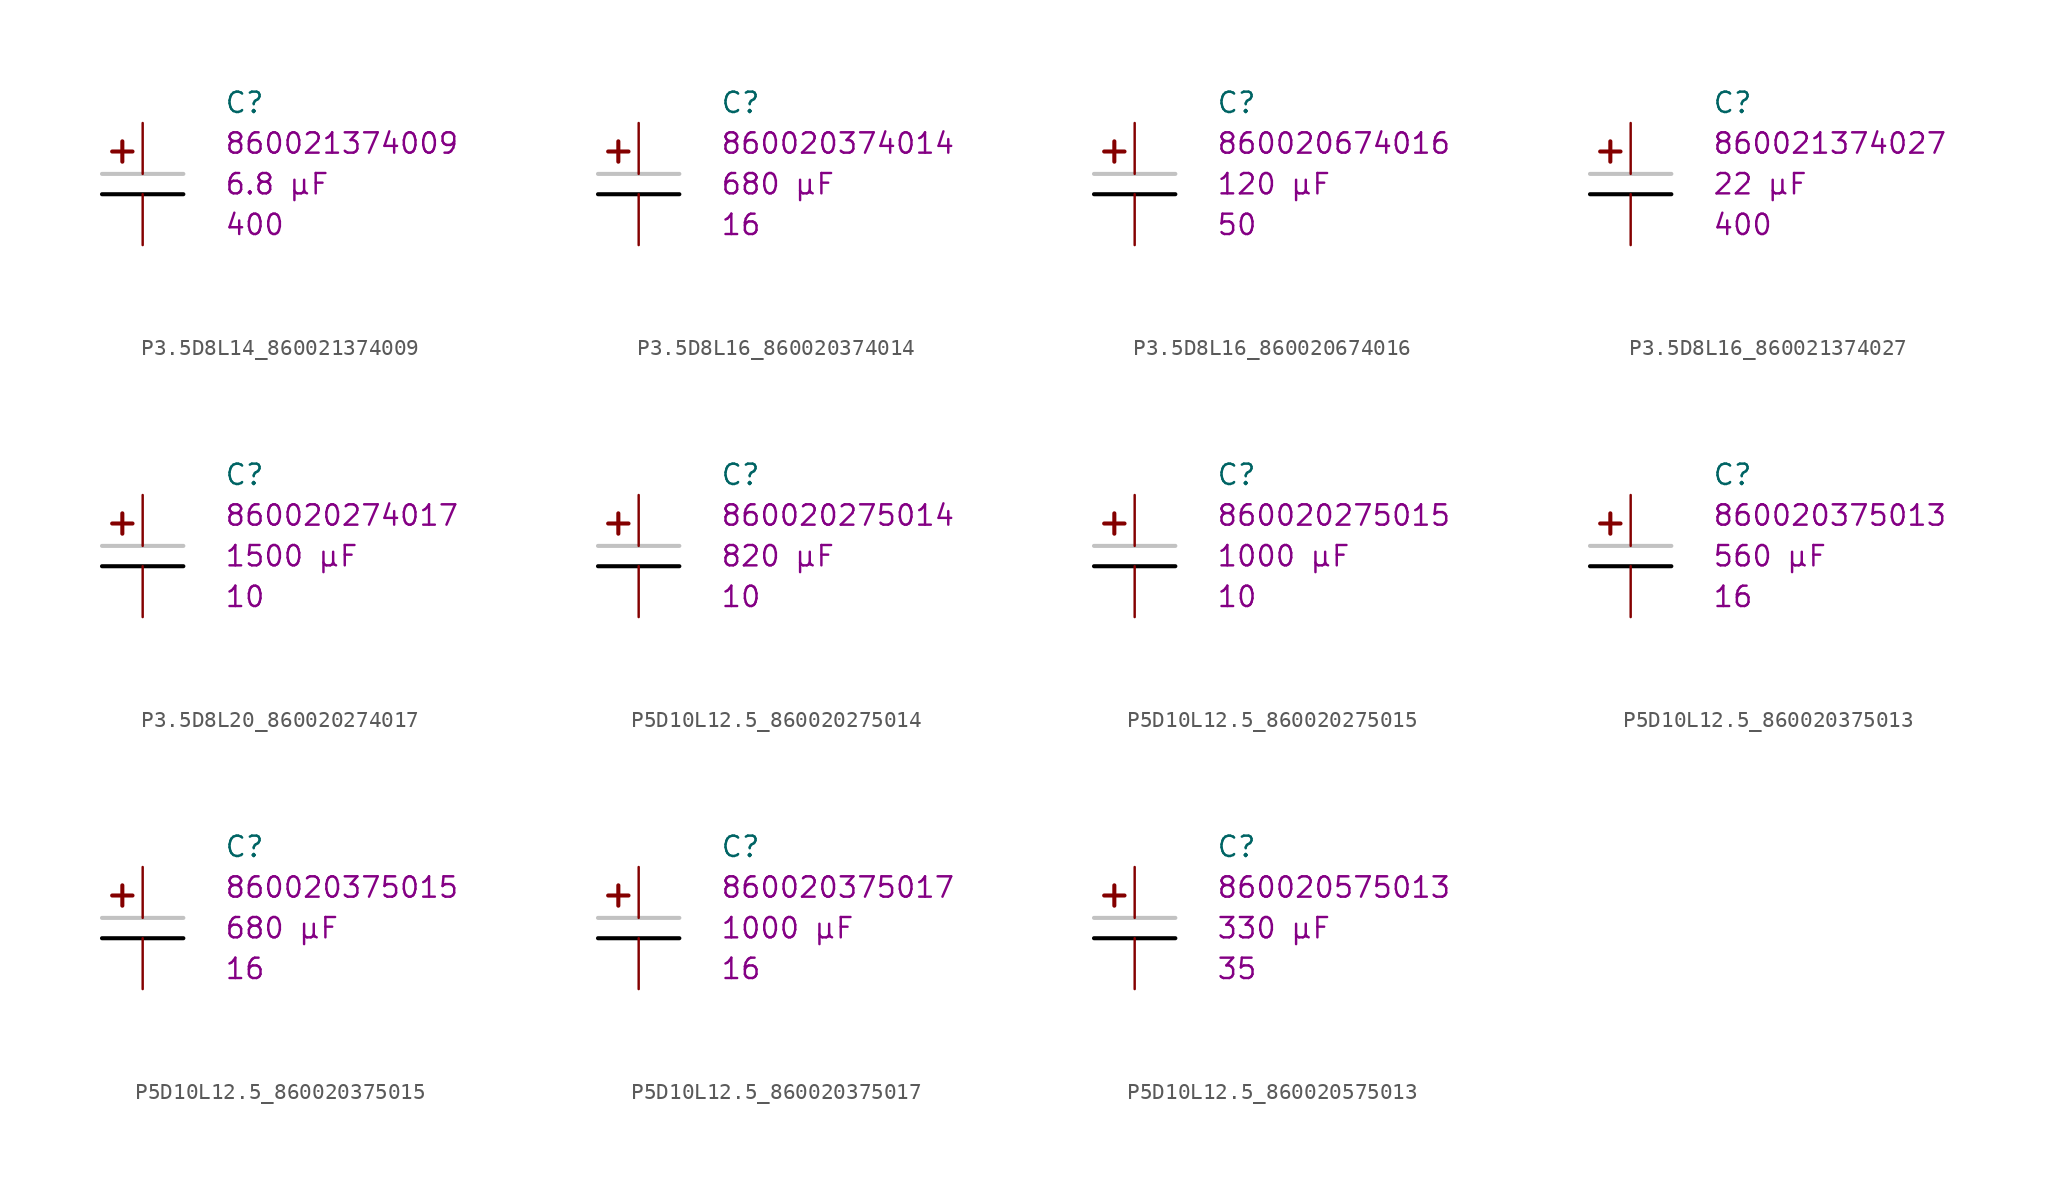
<source format=kicad_sym>
(kicad_symbol_lib
  (version 20220914)
  (generator kicad_symbol_editor)
  (symbol "P3.5D8L14_860021374009"
    (pin_numbers hide)
    (pin_names hide)
    (property "Reference" "C"
      (at 5.08 5.08 0)
      (effects (font (size 1.27 1.27)) (justify left)))
    (property "Part Number" "860021374009"
      (at 5.08 2.54 0)
      (effects (font (size 1.27 1.27)) (justify left)))
    (property "Capacitance" "6.8 µF"
      (at 5.08 0 0)
      (effects (font (size 1.27 1.27)) (justify left)))
    (property "Voltage" "400"
      (at 5.08 -2.54 0)
      (effects (font (size 1.27 1.27)) (justify left)))
    (property "Critical Parameter" ""
      (at 0 -7.62 0)
      (effects (font (size 1.27 1.27))))
    (symbol "P3.5D8L14_860021374009_1_1"
      (polyline (pts (xy -1.27 2.667) (xy -1.27 1.397)) (stroke (width 0.254) (type default)) (fill (type none)))
      (polyline (pts (xy -0.635 2.032) (xy -1.905 2.032)) (stroke (width 0.254) (type default)) (fill (type none)))
      (polyline (pts (xy 2.54 -0.635) (xy -2.54 -0.635)) (stroke (width 0.254) (type default) (color 0 0 0 1)) (fill (type none)))
      (polyline (pts (xy 2.54 0.635) (xy -2.54 0.635)) (stroke (width 0.254) (type default) (color 194 194 194 1)) (fill (type none)))
      (pin passive line (at 0 3.81 270) (length 3.175) (name "1" (effects (font (size 1.27 1.27)))) (number "1" (effects (font (size 1.27 1.27)))))
      (pin passive line (at 0 -3.81 90) (length 3.175) (name "2" (effects (font (size 1.27 1.27)))) (number "2" (effects (font (size 1.27 1.27)))))))
  (symbol "P3.5D8L16_860020374014"
    (pin_numbers hide)
    (pin_names hide)
    (property "Reference" "C"
      (at 5.08 5.08 0)
      (effects (font (size 1.27 1.27)) (justify left)))
    (property "Part Number" "860020374014"
      (at 5.08 2.54 0)
      (effects (font (size 1.27 1.27)) (justify left)))
    (property "Capacitance" "680 µF"
      (at 5.08 0 0)
      (effects (font (size 1.27 1.27)) (justify left)))
    (property "Voltage" "16"
      (at 5.08 -2.54 0)
      (effects (font (size 1.27 1.27)) (justify left)))
    (property "Critical Parameter" ""
      (at 0 -7.62 0)
      (effects (font (size 1.27 1.27))))
    (symbol "P3.5D8L16_860020374014_1_1"
      (polyline (pts (xy -1.27 2.667) (xy -1.27 1.397)) (stroke (width 0.254) (type default)) (fill (type none)))
      (polyline (pts (xy -0.635 2.032) (xy -1.905 2.032)) (stroke (width 0.254) (type default)) (fill (type none)))
      (polyline (pts (xy 2.54 -0.635) (xy -2.54 -0.635)) (stroke (width 0.254) (type default) (color 0 0 0 1)) (fill (type none)))
      (polyline (pts (xy 2.54 0.635) (xy -2.54 0.635)) (stroke (width 0.254) (type default) (color 194 194 194 1)) (fill (type none)))
      (pin passive line (at 0 3.81 270) (length 3.175) (name "1" (effects (font (size 1.27 1.27)))) (number "1" (effects (font (size 1.27 1.27)))))
      (pin passive line (at 0 -3.81 90) (length 3.175) (name "2" (effects (font (size 1.27 1.27)))) (number "2" (effects (font (size 1.27 1.27)))))))
  (symbol "P3.5D8L16_860020674016"
    (pin_numbers hide)
    (pin_names hide)
    (property "Reference" "C"
      (at 5.08 5.08 0)
      (effects (font (size 1.27 1.27)) (justify left)))
    (property "Part Number" "860020674016"
      (at 5.08 2.54 0)
      (effects (font (size 1.27 1.27)) (justify left)))
    (property "Capacitance" "120 µF"
      (at 5.08 0 0)
      (effects (font (size 1.27 1.27)) (justify left)))
    (property "Voltage" "50"
      (at 5.08 -2.54 0)
      (effects (font (size 1.27 1.27)) (justify left)))
    (property "Critical Parameter" ""
      (at 0 -7.62 0)
      (effects (font (size 1.27 1.27))))
    (symbol "P3.5D8L16_860020674016_1_1"
      (polyline (pts (xy -1.27 2.667) (xy -1.27 1.397)) (stroke (width 0.254) (type default)) (fill (type none)))
      (polyline (pts (xy -0.635 2.032) (xy -1.905 2.032)) (stroke (width 0.254) (type default)) (fill (type none)))
      (polyline (pts (xy 2.54 -0.635) (xy -2.54 -0.635)) (stroke (width 0.254) (type default) (color 0 0 0 1)) (fill (type none)))
      (polyline (pts (xy 2.54 0.635) (xy -2.54 0.635)) (stroke (width 0.254) (type default) (color 194 194 194 1)) (fill (type none)))
      (pin passive line (at 0 3.81 270) (length 3.175) (name "1" (effects (font (size 1.27 1.27)))) (number "1" (effects (font (size 1.27 1.27)))))
      (pin passive line (at 0 -3.81 90) (length 3.175) (name "2" (effects (font (size 1.27 1.27)))) (number "2" (effects (font (size 1.27 1.27)))))))
  (symbol "P3.5D8L16_860021374027"
    (pin_numbers hide)
    (pin_names hide)
    (property "Reference" "C"
      (at 5.08 5.08 0)
      (effects (font (size 1.27 1.27)) (justify left)))
    (property "Part Number" "860021374027"
      (at 5.08 2.54 0)
      (effects (font (size 1.27 1.27)) (justify left)))
    (property "Capacitance" "22 µF"
      (at 5.08 0 0)
      (effects (font (size 1.27 1.27)) (justify left)))
    (property "Voltage" "400"
      (at 5.08 -2.54 0)
      (effects (font (size 1.27 1.27)) (justify left)))
    (property "Critical Parameter" ""
      (at 0 -7.62 0)
      (effects (font (size 1.27 1.27))))
    (symbol "P3.5D8L16_860021374027_1_1"
      (polyline (pts (xy -1.27 2.667) (xy -1.27 1.397)) (stroke (width 0.254) (type default)) (fill (type none)))
      (polyline (pts (xy -0.635 2.032) (xy -1.905 2.032)) (stroke (width 0.254) (type default)) (fill (type none)))
      (polyline (pts (xy 2.54 -0.635) (xy -2.54 -0.635)) (stroke (width 0.254) (type default) (color 0 0 0 1)) (fill (type none)))
      (polyline (pts (xy 2.54 0.635) (xy -2.54 0.635)) (stroke (width 0.254) (type default) (color 194 194 194 1)) (fill (type none)))
      (pin passive line (at 0 3.81 270) (length 3.175) (name "1" (effects (font (size 1.27 1.27)))) (number "1" (effects (font (size 1.27 1.27)))))
      (pin passive line (at 0 -3.81 90) (length 3.175) (name "2" (effects (font (size 1.27 1.27)))) (number "2" (effects (font (size 1.27 1.27)))))))
  (symbol "P3.5D8L20_860020274017"
    (pin_numbers hide)
    (pin_names hide)
    (property "Reference" "C"
      (at 5.08 5.08 0)
      (effects (font (size 1.27 1.27)) (justify left)))
    (property "Part Number" "860020274017"
      (at 5.08 2.54 0)
      (effects (font (size 1.27 1.27)) (justify left)))
    (property "Capacitance" "1500 µF"
      (at 5.08 0 0)
      (effects (font (size 1.27 1.27)) (justify left)))
    (property "Voltage" "10"
      (at 5.08 -2.54 0)
      (effects (font (size 1.27 1.27)) (justify left)))
    (property "Critical Parameter" ""
      (at 0 -7.62 0)
      (effects (font (size 1.27 1.27))))
    (symbol "P3.5D8L20_860020274017_1_1"
      (polyline (pts (xy -1.27 2.667) (xy -1.27 1.397)) (stroke (width 0.254) (type default)) (fill (type none)))
      (polyline (pts (xy -0.635 2.032) (xy -1.905 2.032)) (stroke (width 0.254) (type default)) (fill (type none)))
      (polyline (pts (xy 2.54 -0.635) (xy -2.54 -0.635)) (stroke (width 0.254) (type default) (color 0 0 0 1)) (fill (type none)))
      (polyline (pts (xy 2.54 0.635) (xy -2.54 0.635)) (stroke (width 0.254) (type default) (color 194 194 194 1)) (fill (type none)))
      (pin passive line (at 0 3.81 270) (length 3.175) (name "1" (effects (font (size 1.27 1.27)))) (number "1" (effects (font (size 1.27 1.27)))))
      (pin passive line (at 0 -3.81 90) (length 3.175) (name "2" (effects (font (size 1.27 1.27)))) (number "2" (effects (font (size 1.27 1.27)))))))
  (symbol "P5D10L12.5_860020275014"
    (pin_numbers hide)
    (pin_names hide)
    (property "Reference" "C"
      (at 5.08 5.08 0)
      (effects (font (size 1.27 1.27)) (justify left)))
    (property "Part Number" "860020275014"
      (at 5.08 2.54 0)
      (effects (font (size 1.27 1.27)) (justify left)))
    (property "Capacitance" "820 µF"
      (at 5.08 0 0)
      (effects (font (size 1.27 1.27)) (justify left)))
    (property "Voltage" "10"
      (at 5.08 -2.54 0)
      (effects (font (size 1.27 1.27)) (justify left)))
    (property "Critical Parameter" ""
      (at 0 -7.62 0)
      (effects (font (size 1.27 1.27))))
    (symbol "P5D10L12.5_860020275014_1_1"
      (polyline (pts (xy -1.27 2.667) (xy -1.27 1.397)) (stroke (width 0.254) (type default)) (fill (type none)))
      (polyline (pts (xy -0.635 2.032) (xy -1.905 2.032)) (stroke (width 0.254) (type default)) (fill (type none)))
      (polyline (pts (xy 2.54 -0.635) (xy -2.54 -0.635)) (stroke (width 0.254) (type default) (color 0 0 0 1)) (fill (type none)))
      (polyline (pts (xy 2.54 0.635) (xy -2.54 0.635)) (stroke (width 0.254) (type default) (color 194 194 194 1)) (fill (type none)))
      (pin passive line (at 0 3.81 270) (length 3.175) (name "1" (effects (font (size 1.27 1.27)))) (number "1" (effects (font (size 1.27 1.27)))))
      (pin passive line (at 0 -3.81 90) (length 3.175) (name "2" (effects (font (size 1.27 1.27)))) (number "2" (effects (font (size 1.27 1.27)))))))
  (symbol "P5D10L12.5_860020275015"
    (pin_numbers hide)
    (pin_names hide)
    (property "Reference" "C"
      (at 5.08 5.08 0)
      (effects (font (size 1.27 1.27)) (justify left)))
    (property "Part Number" "860020275015"
      (at 5.08 2.54 0)
      (effects (font (size 1.27 1.27)) (justify left)))
    (property "Capacitance" "1000 µF"
      (at 5.08 0 0)
      (effects (font (size 1.27 1.27)) (justify left)))
    (property "Voltage" "10"
      (at 5.08 -2.54 0)
      (effects (font (size 1.27 1.27)) (justify left)))
    (property "Critical Parameter" ""
      (at 0 -7.62 0)
      (effects (font (size 1.27 1.27))))
    (symbol "P5D10L12.5_860020275015_1_1"
      (polyline (pts (xy -1.27 2.667) (xy -1.27 1.397)) (stroke (width 0.254) (type default)) (fill (type none)))
      (polyline (pts (xy -0.635 2.032) (xy -1.905 2.032)) (stroke (width 0.254) (type default)) (fill (type none)))
      (polyline (pts (xy 2.54 -0.635) (xy -2.54 -0.635)) (stroke (width 0.254) (type default) (color 0 0 0 1)) (fill (type none)))
      (polyline (pts (xy 2.54 0.635) (xy -2.54 0.635)) (stroke (width 0.254) (type default) (color 194 194 194 1)) (fill (type none)))
      (pin passive line (at 0 3.81 270) (length 3.175) (name "1" (effects (font (size 1.27 1.27)))) (number "1" (effects (font (size 1.27 1.27)))))
      (pin passive line (at 0 -3.81 90) (length 3.175) (name "2" (effects (font (size 1.27 1.27)))) (number "2" (effects (font (size 1.27 1.27)))))))
  (symbol "P5D10L12.5_860020375013"
    (pin_numbers hide)
    (pin_names hide)
    (property "Reference" "C"
      (at 5.08 5.08 0)
      (effects (font (size 1.27 1.27)) (justify left)))
    (property "Part Number" "860020375013"
      (at 5.08 2.54 0)
      (effects (font (size 1.27 1.27)) (justify left)))
    (property "Capacitance" "560 µF"
      (at 5.08 0 0)
      (effects (font (size 1.27 1.27)) (justify left)))
    (property "Voltage" "16"
      (at 5.08 -2.54 0)
      (effects (font (size 1.27 1.27)) (justify left)))
    (property "Critical Parameter" ""
      (at 0 -7.62 0)
      (effects (font (size 1.27 1.27))))
    (symbol "P5D10L12.5_860020375013_1_1"
      (polyline (pts (xy -1.27 2.667) (xy -1.27 1.397)) (stroke (width 0.254) (type default)) (fill (type none)))
      (polyline (pts (xy -0.635 2.032) (xy -1.905 2.032)) (stroke (width 0.254) (type default)) (fill (type none)))
      (polyline (pts (xy 2.54 -0.635) (xy -2.54 -0.635)) (stroke (width 0.254) (type default) (color 0 0 0 1)) (fill (type none)))
      (polyline (pts (xy 2.54 0.635) (xy -2.54 0.635)) (stroke (width 0.254) (type default) (color 194 194 194 1)) (fill (type none)))
      (pin passive line (at 0 3.81 270) (length 3.175) (name "1" (effects (font (size 1.27 1.27)))) (number "1" (effects (font (size 1.27 1.27)))))
      (pin passive line (at 0 -3.81 90) (length 3.175) (name "2" (effects (font (size 1.27 1.27)))) (number "2" (effects (font (size 1.27 1.27)))))))
  (symbol "P5D10L12.5_860020375015"
    (pin_numbers hide)
    (pin_names hide)
    (property "Reference" "C"
      (at 5.08 5.08 0)
      (effects (font (size 1.27 1.27)) (justify left)))
    (property "Part Number" "860020375015"
      (at 5.08 2.54 0)
      (effects (font (size 1.27 1.27)) (justify left)))
    (property "Capacitance" "680 µF"
      (at 5.08 0 0)
      (effects (font (size 1.27 1.27)) (justify left)))
    (property "Voltage" "16"
      (at 5.08 -2.54 0)
      (effects (font (size 1.27 1.27)) (justify left)))
    (property "Critical Parameter" ""
      (at 0 -7.62 0)
      (effects (font (size 1.27 1.27))))
    (symbol "P5D10L12.5_860020375015_1_1"
      (polyline (pts (xy -1.27 2.667) (xy -1.27 1.397)) (stroke (width 0.254) (type default)) (fill (type none)))
      (polyline (pts (xy -0.635 2.032) (xy -1.905 2.032)) (stroke (width 0.254) (type default)) (fill (type none)))
      (polyline (pts (xy 2.54 -0.635) (xy -2.54 -0.635)) (stroke (width 0.254) (type default) (color 0 0 0 1)) (fill (type none)))
      (polyline (pts (xy 2.54 0.635) (xy -2.54 0.635)) (stroke (width 0.254) (type default) (color 194 194 194 1)) (fill (type none)))
      (pin passive line (at 0 3.81 270) (length 3.175) (name "1" (effects (font (size 1.27 1.27)))) (number "1" (effects (font (size 1.27 1.27)))))
      (pin passive line (at 0 -3.81 90) (length 3.175) (name "2" (effects (font (size 1.27 1.27)))) (number "2" (effects (font (size 1.27 1.27)))))))
  (symbol "P5D10L12.5_860020375017"
    (pin_numbers hide)
    (pin_names hide)
    (property "Reference" "C"
      (at 5.08 5.08 0)
      (effects (font (size 1.27 1.27)) (justify left)))
    (property "Part Number" "860020375017"
      (at 5.08 2.54 0)
      (effects (font (size 1.27 1.27)) (justify left)))
    (property "Capacitance" "1000 µF"
      (at 5.08 0 0)
      (effects (font (size 1.27 1.27)) (justify left)))
    (property "Voltage" "16"
      (at 5.08 -2.54 0)
      (effects (font (size 1.27 1.27)) (justify left)))
    (property "Critical Parameter" ""
      (at 0 -7.62 0)
      (effects (font (size 1.27 1.27))))
    (symbol "P5D10L12.5_860020375017_1_1"
      (polyline (pts (xy -1.27 2.667) (xy -1.27 1.397)) (stroke (width 0.254) (type default)) (fill (type none)))
      (polyline (pts (xy -0.635 2.032) (xy -1.905 2.032)) (stroke (width 0.254) (type default)) (fill (type none)))
      (polyline (pts (xy 2.54 -0.635) (xy -2.54 -0.635)) (stroke (width 0.254) (type default) (color 0 0 0 1)) (fill (type none)))
      (polyline (pts (xy 2.54 0.635) (xy -2.54 0.635)) (stroke (width 0.254) (type default) (color 194 194 194 1)) (fill (type none)))
      (pin passive line (at 0 3.81 270) (length 3.175) (name "1" (effects (font (size 1.27 1.27)))) (number "1" (effects (font (size 1.27 1.27)))))
      (pin passive line (at 0 -3.81 90) (length 3.175) (name "2" (effects (font (size 1.27 1.27)))) (number "2" (effects (font (size 1.27 1.27)))))))
  (symbol "P5D10L12.5_860020575013"
    (pin_numbers hide)
    (pin_names hide)
    (property "Reference" "C"
      (at 5.08 5.08 0)
      (effects (font (size 1.27 1.27)) (justify left)))
    (property "Part Number" "860020575013"
      (at 5.08 2.54 0)
      (effects (font (size 1.27 1.27)) (justify left)))
    (property "Capacitance" "330 µF"
      (at 5.08 0 0)
      (effects (font (size 1.27 1.27)) (justify left)))
    (property "Voltage" "35"
      (at 5.08 -2.54 0)
      (effects (font (size 1.27 1.27)) (justify left)))
    (property "Critical Parameter" ""
      (at 0 -7.62 0)
      (effects (font (size 1.27 1.27))))
    (symbol "P5D10L12.5_860020575013_1_1"
      (polyline (pts (xy -1.27 2.667) (xy -1.27 1.397)) (stroke (width 0.254) (type default)) (fill (type none)))
      (polyline (pts (xy -0.635 2.032) (xy -1.905 2.032)) (stroke (width 0.254) (type default)) (fill (type none)))
      (polyline (pts (xy 2.54 -0.635) (xy -2.54 -0.635)) (stroke (width 0.254) (type default) (color 0 0 0 1)) (fill (type none)))
      (polyline (pts (xy 2.54 0.635) (xy -2.54 0.635)) (stroke (width 0.254) (type default) (color 194 194 194 1)) (fill (type none)))
      (pin passive line (at 0 3.81 270) (length 3.175) (name "1" (effects (font (size 1.27 1.27)))) (number "1" (effects (font (size 1.27 1.27)))))
      (pin passive line (at 0 -3.81 90) (length 3.175) (name "2" (effects (font (size 1.27 1.27)))) (number "2" (effects (font (size 1.27 1.27))))))))
</source>
